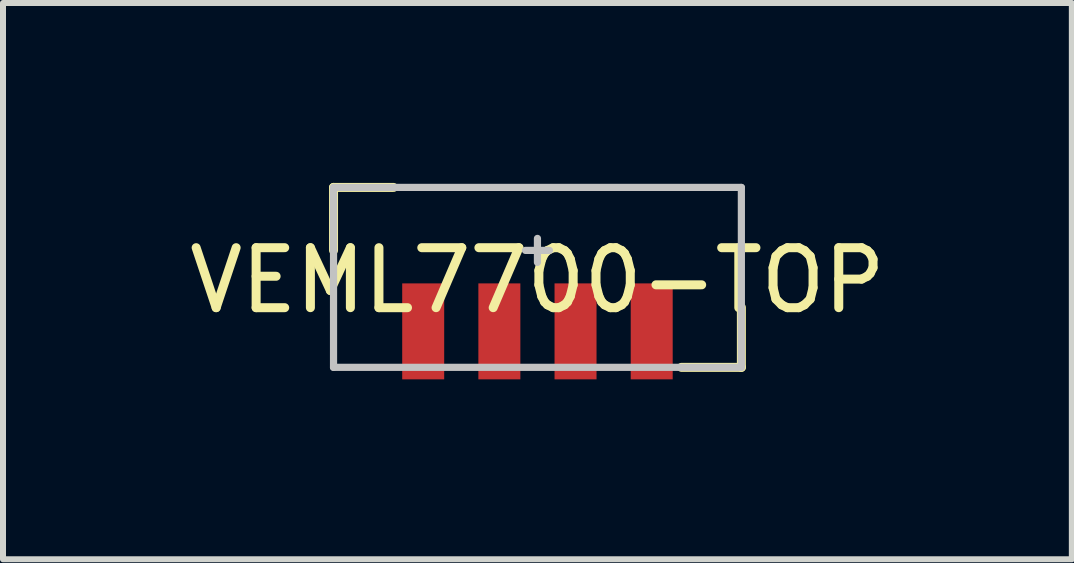
<source format=kicad_pcb>
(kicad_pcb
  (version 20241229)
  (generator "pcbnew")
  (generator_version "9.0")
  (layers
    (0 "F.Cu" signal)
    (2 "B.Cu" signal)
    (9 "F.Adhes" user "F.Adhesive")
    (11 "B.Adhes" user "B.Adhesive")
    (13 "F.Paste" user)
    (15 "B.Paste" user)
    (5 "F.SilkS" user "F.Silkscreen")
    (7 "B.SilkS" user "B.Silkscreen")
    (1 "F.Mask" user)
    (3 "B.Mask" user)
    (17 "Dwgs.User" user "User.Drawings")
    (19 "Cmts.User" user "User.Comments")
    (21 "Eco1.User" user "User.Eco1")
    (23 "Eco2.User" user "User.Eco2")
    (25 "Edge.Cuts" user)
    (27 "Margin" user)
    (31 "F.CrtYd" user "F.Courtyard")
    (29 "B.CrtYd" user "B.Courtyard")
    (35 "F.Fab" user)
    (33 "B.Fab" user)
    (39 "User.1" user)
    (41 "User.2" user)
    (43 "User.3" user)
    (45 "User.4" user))
  (footprint "VEML7700-TOP"
    (layer "F.Cu")
    (at 5.911 1.125)
    (property "Reference" "VEML7700-TOP" (at 0 0.5 0) (layer "F.SilkS") (effects (font (size 1 1) (thickness 0.15))))
    (attr smd)
    (fp_line (start -3.4 -1.05) (end -3.4 0) (stroke (width 0.15) (type solid)) (layer "F.SilkS"))
    (fp_line (start -2.4 -1.05) (end -3.4 -1.05) (stroke (width 0.15) (type solid)) (layer "F.SilkS"))
    (fp_line (start 3.4 1.95) (end 2.4 1.95) (stroke (width 0.15) (type solid)) (layer "F.SilkS"))
    (fp_line (start 3.4 1.95) (end 3.4 0.95) (stroke (width 0.15) (type solid)) (layer "F.SilkS"))
    (fp_line (start -3.4 -1.05) (end 3.4 -1.05) (stroke (width 0.12) (type solid)) (layer "Dwgs.User"))
    (fp_line (start -3.4 1.95) (end -3.4 -1.05) (stroke (width 0.12) (type solid)) (layer "Dwgs.User"))
    (fp_line (start 0 -0.2) (end 0 0.2) (stroke (width 0.12) (type solid)) (layer "Dwgs.User"))
    (fp_line (start 0.2 0) (end -0.2 0) (stroke (width 0.12) (type solid)) (layer "Dwgs.User"))
    (fp_line (start 3.4 -1.05) (end 3.4 1.95) (stroke (width 0.12) (type solid)) (layer "Dwgs.User"))
    (fp_line (start 3.4 1.95) (end -3.4 1.95) (stroke (width 0.12) (type solid)) (layer "Dwgs.User"))
    (pad "1" smd rect (at -1.905 1.35) (size 0.7 1.6) (layers "F.Cu" "F.Mask" "F.Paste"))
    (pad "2" smd rect (at -0.635 1.35) (size 0.7 1.6) (layers "F.Cu" "F.Mask" "F.Paste"))
    (pad "3" smd rect (at 0.635 1.35) (size 0.7 1.6) (layers "F.Cu" "F.Mask" "F.Paste"))
    (pad "4" smd rect (at 1.905 1.35) (size 0.7 1.6) (layers "F.Cu" "F.Mask" "F.Paste")))
  (gr_rect
    (start -3 -3)
    (end 14.821 6.275)
    (stroke (width 0.1) (type default))
    (fill no)
    (layer "Edge.Cuts")))
</source>
